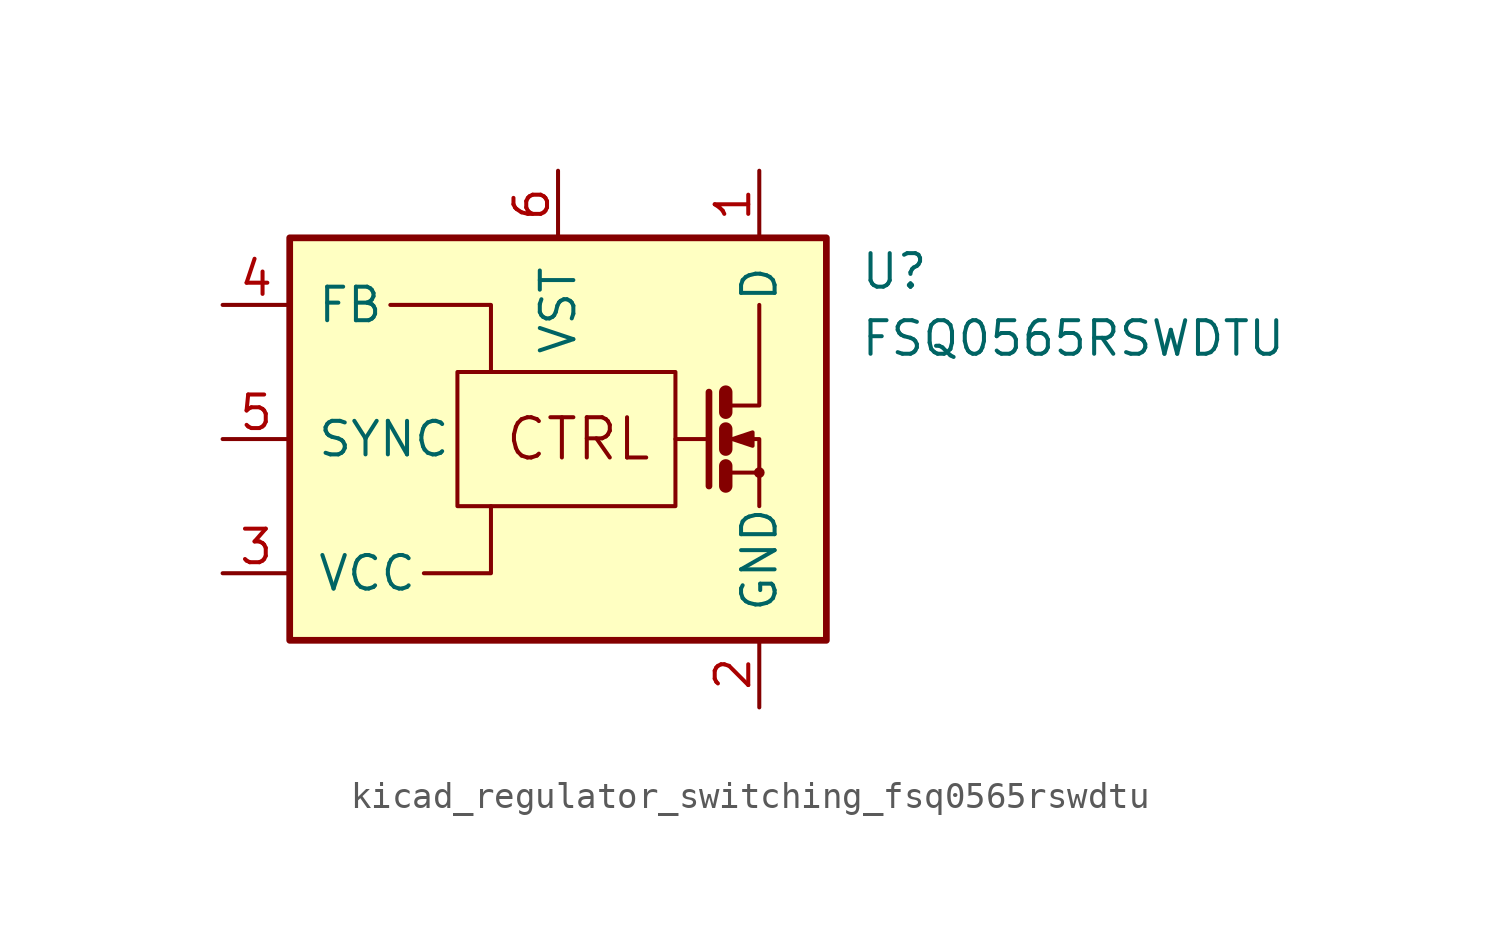
<source format=kicad_sym>
(kicad_symbol_lib
  (version 20220914)
  (generator kicad_symbol_editor)
  (symbol "kicad_regulator_switching_fsq0565rswdtu"
    (pin_names
      (offset 1.016))
    (property "Reference" "U"
      (at 11.43 6.35 0)
      (effects (font (size 1.27 1.27)) (justify left)))
    (property "Value" "FSQ0565RSWDTU"
      (at 11.43 3.81 0)
      (effects (font (size 1.27 1.27)) (justify left)))
    (symbol "kicad_regulator_switching_fsq0565rswdtu_0_0"
      (rectangle (start -10.16 7.62) (end 10.16 -7.62) (stroke (width 0.254) (type default)) (fill (type background)))
      (rectangle (start -3.81 2.54) (end 4.445 -2.54) (stroke (width 0) (type default)) (fill (type none)))
      (polyline (pts (xy 5.715 1.778) (xy 5.715 -1.778)) (stroke (width 0.254) (type default)) (fill (type none)))
      (polyline (pts (xy 6.35 -1.27) (xy 7.62 -1.27)) (stroke (width 0) (type default)) (fill (type none)))
      (polyline (pts (xy 6.35 -1.016) (xy 6.35 -1.778)) (stroke (width 0.508) (type default)) (fill (type none)))
      (polyline (pts (xy 6.35 0.381) (xy 6.35 -0.381)) (stroke (width 0.508) (type default)) (fill (type none)))
      (polyline (pts (xy 6.35 1.778) (xy 6.35 1.016)) (stroke (width 0.508) (type default)) (fill (type none)))
      (polyline (pts (xy 6.35 1.27) (xy 7.62 1.27) (xy 7.62 5.08)) (stroke (width 0) (type default)) (fill (type none)))
      (polyline (pts (xy 6.604 0) (xy 7.366 0.254) (xy 7.366 -0.254) (xy 6.604 0)) (stroke (width 0) (type default)) (fill (type outline)))
      (polyline (pts (xy 7.62 -1.905) (xy 7.62 -2.54) (xy 7.62 0) (xy 6.35 0)) (stroke (width 0) (type default)) (fill (type none)))
      (circle (center 7.62 -1.27) (radius 0.127) (stroke (width 0) (type default)) (fill (type none)))
      (text "CTRL" (at 0.762 0 0) (effects (font (size 1.524 1.524)))))
    (symbol "kicad_regulator_switching_fsq0565rswdtu_0_1"
      (polyline (pts (xy 4.445 0) (xy 5.715 0)) (stroke (width 0) (type default)) (fill (type none)))
      (polyline (pts (xy -6.35 5.08) (xy -2.54 5.08) (xy -2.54 2.54)) (stroke (width 0) (type default)) (fill (type none)))
      (polyline (pts (xy -5.08 -5.08) (xy -2.54 -5.08) (xy -2.54 -2.54)) (stroke (width 0) (type default)) (fill (type none))))
    (symbol "kicad_regulator_switching_fsq0565rswdtu_1_1"
      (pin passive line (at 7.62 10.16 270) (length 2.54) (name "D" (effects (font (size 1.27 1.27)))) (number "1" (effects (font (size 1.27 1.27)))))
      (pin power_in line (at 7.62 -10.16 90) (length 2.54) (name "GND" (effects (font (size 1.27 1.27)))) (number "2" (effects (font (size 1.27 1.27)))))
      (pin power_in line (at -12.7 -5.08 0) (length 2.54) (name "VCC" (effects (font (size 1.27 1.27)))) (number "3" (effects (font (size 1.27 1.27)))))
      (pin passive line (at -12.7 5.08 0) (length 2.54) (name "FB" (effects (font (size 1.27 1.27)))) (number "4" (effects (font (size 1.27 1.27)))))
      (pin passive line (at -12.7 0 0) (length 2.54) (name "SYNC" (effects (font (size 1.27 1.27)))) (number "5" (effects (font (size 1.27 1.27)))))
      (pin passive line (at 0 10.16 270) (length 2.54) (name "VST" (effects (font (size 1.27 1.27)))) (number "6" (effects (font (size 1.27 1.27))))))))
</source>
